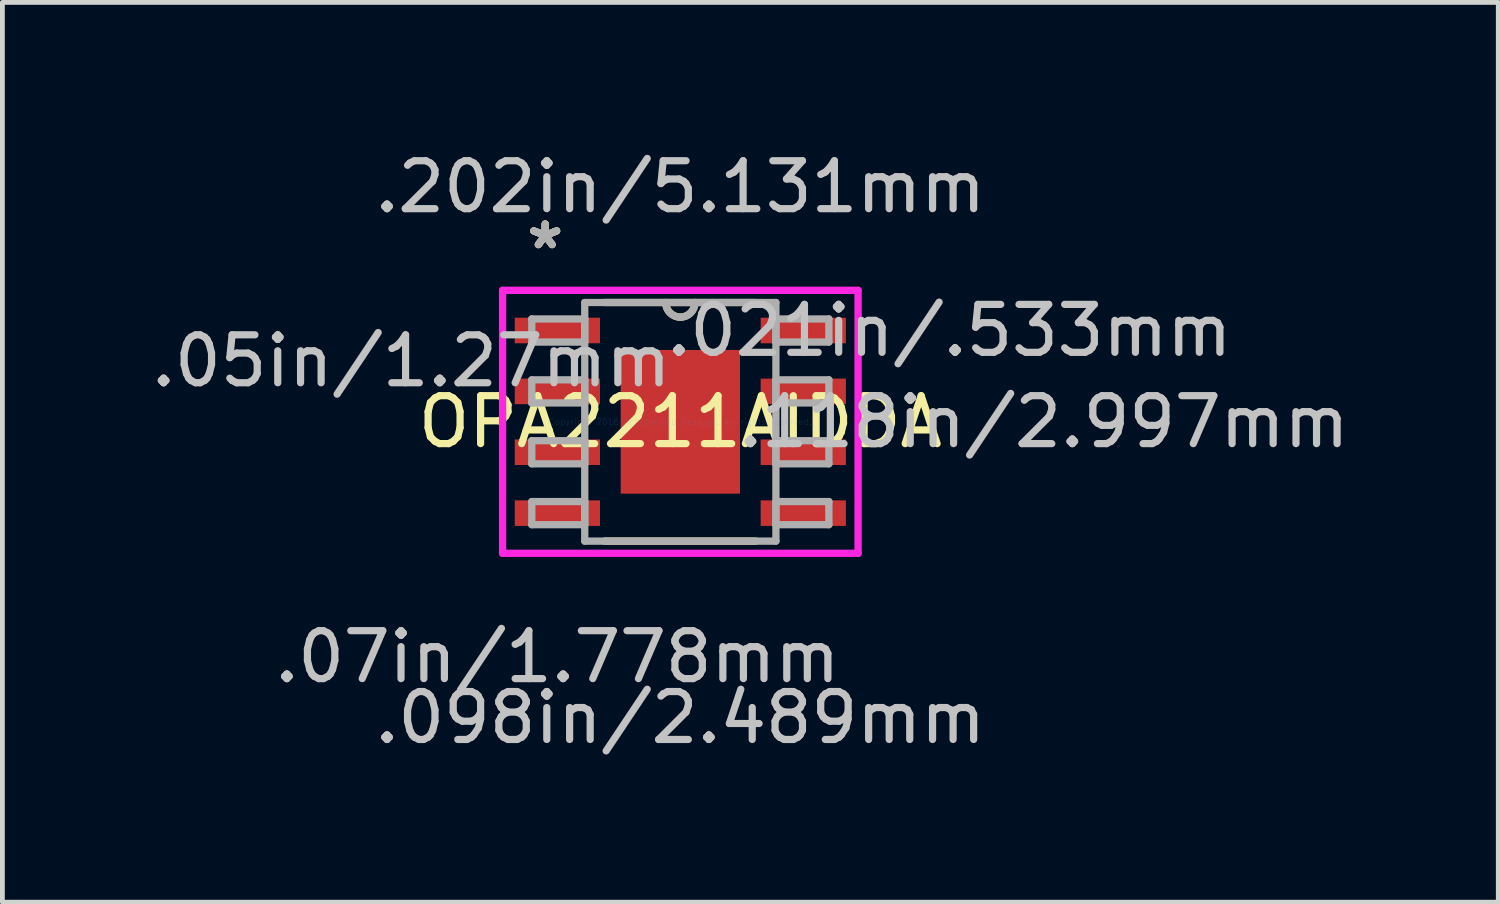
<source format=kicad_pcb>
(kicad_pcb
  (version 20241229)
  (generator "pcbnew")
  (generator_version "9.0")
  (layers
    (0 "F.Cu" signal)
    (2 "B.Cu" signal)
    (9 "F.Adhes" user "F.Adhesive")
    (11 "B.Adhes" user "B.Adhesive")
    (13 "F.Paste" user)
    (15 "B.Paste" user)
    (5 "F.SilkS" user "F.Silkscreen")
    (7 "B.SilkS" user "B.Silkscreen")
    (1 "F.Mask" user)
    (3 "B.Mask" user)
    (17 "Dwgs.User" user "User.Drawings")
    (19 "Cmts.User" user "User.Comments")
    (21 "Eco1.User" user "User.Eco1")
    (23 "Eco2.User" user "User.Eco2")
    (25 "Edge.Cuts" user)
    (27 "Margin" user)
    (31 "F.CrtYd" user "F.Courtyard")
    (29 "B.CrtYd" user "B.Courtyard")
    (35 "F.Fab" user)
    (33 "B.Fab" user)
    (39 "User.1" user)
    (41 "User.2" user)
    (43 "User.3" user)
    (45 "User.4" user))
  (footprint "OPA2211AIDDA"
    (layer "F.Cu")
    (at 11.143 5.75)
    (property "Reference" "OPA2211AIDDA" (at 0 0 0) (layer "F.SilkS") (effects (font (size 1 1) (thickness 0.15))))
    (attr through_hole)
    (fp_line (start -1.577 2.489) (end 1.577 2.489) (stroke (width 0.152) (type solid)) (layer "F.SilkS"))
    (fp_line (start 1.577 -2.489) (end -1.577 -2.489) (stroke (width 0.152) (type solid)) (layer "F.SilkS"))
    (fp_arc (start 0.3048 -2.4892) (mid 0 -2.1844) (end -0.3048 -2.4892) (stroke (width 0.1524) (type solid)) (layer "F.SilkS"))
    (fp_line (start -1.145 -1.399) (end -1.145 -0.1) (stroke (width 0.152) (type solid)) (layer "F.Paste"))
    (fp_line (start -1.145 -0.1) (end 1.145 -0.1) (stroke (width 0.152) (type solid)) (layer "F.Paste"))
    (fp_line (start -1.145 0.1) (end -1.145 1.399) (stroke (width 0.152) (type solid)) (layer "F.Paste"))
    (fp_line (start -1.145 1.399) (end 1.145 1.399) (stroke (width 0.152) (type solid)) (layer "F.Paste"))
    (fp_line (start 1.145 -1.399) (end -1.145 -1.399) (stroke (width 0.152) (type solid)) (layer "F.Paste"))
    (fp_line (start 1.145 -0.1) (end 1.145 -1.399) (stroke (width 0.152) (type solid)) (layer "F.Paste"))
    (fp_line (start 1.145 0.1) (end -1.145 0.1) (stroke (width 0.152) (type solid)) (layer "F.Paste"))
    (fp_line (start 1.145 1.399) (end 1.145 0.1) (stroke (width 0.152) (type solid)) (layer "F.Paste"))
    (fp_line (start -3.708 -2.743) (end 3.708 -2.743) (stroke (width 0.152) (type solid)) (layer "F.CrtYd"))
    (fp_line (start -3.708 2.743) (end -3.708 -2.743) (stroke (width 0.152) (type solid)) (layer "F.CrtYd"))
    (fp_line (start 3.708 -2.743) (end 3.708 2.743) (stroke (width 0.152) (type solid)) (layer "F.CrtYd"))
    (fp_line (start 3.708 2.743) (end -3.708 2.743) (stroke (width 0.152) (type solid)) (layer "F.CrtYd"))
    (fp_line (start -3.099 -2.146) (end -3.099 -1.664) (stroke (width 0.152) (type solid)) (layer "F.Fab"))
    (fp_line (start -3.099 -1.664) (end -1.994 -1.664) (stroke (width 0.152) (type solid)) (layer "F.Fab"))
    (fp_line (start -3.099 -0.876) (end -3.099 -0.394) (stroke (width 0.152) (type solid)) (layer "F.Fab"))
    (fp_line (start -3.099 -0.394) (end -1.994 -0.394) (stroke (width 0.152) (type solid)) (layer "F.Fab"))
    (fp_line (start -3.099 0.394) (end -3.099 0.876) (stroke (width 0.152) (type solid)) (layer "F.Fab"))
    (fp_line (start -3.099 0.876) (end -1.994 0.876) (stroke (width 0.152) (type solid)) (layer "F.Fab"))
    (fp_line (start -3.099 1.664) (end -3.099 2.146) (stroke (width 0.152) (type solid)) (layer "F.Fab"))
    (fp_line (start -3.099 2.146) (end -1.994 2.146) (stroke (width 0.152) (type solid)) (layer "F.Fab"))
    (fp_line (start -1.994 -2.489) (end -1.994 2.489) (stroke (width 0.152) (type solid)) (layer "F.Fab"))
    (fp_line (start -1.994 -2.146) (end -3.099 -2.146) (stroke (width 0.152) (type solid)) (layer "F.Fab"))
    (fp_line (start -1.994 -1.664) (end -1.994 -2.146) (stroke (width 0.152) (type solid)) (layer "F.Fab"))
    (fp_line (start -1.994 -0.876) (end -3.099 -0.876) (stroke (width 0.152) (type solid)) (layer "F.Fab"))
    (fp_line (start -1.994 -0.394) (end -1.994 -0.876) (stroke (width 0.152) (type solid)) (layer "F.Fab"))
    (fp_line (start -1.994 0.394) (end -3.099 0.394) (stroke (width 0.152) (type solid)) (layer "F.Fab"))
    (fp_line (start -1.994 0.876) (end -1.994 0.394) (stroke (width 0.152) (type solid)) (layer "F.Fab"))
    (fp_line (start -1.994 1.664) (end -3.099 1.664) (stroke (width 0.152) (type solid)) (layer "F.Fab"))
    (fp_line (start -1.994 2.146) (end -1.994 1.664) (stroke (width 0.152) (type solid)) (layer "F.Fab"))
    (fp_line (start -1.994 2.489) (end 1.994 2.489) (stroke (width 0.152) (type solid)) (layer "F.Fab"))
    (fp_line (start 1.994 -2.489) (end -1.994 -2.489) (stroke (width 0.152) (type solid)) (layer "F.Fab"))
    (fp_line (start 1.994 -2.146) (end 1.994 -1.664) (stroke (width 0.152) (type solid)) (layer "F.Fab"))
    (fp_line (start 1.994 -1.664) (end 3.099 -1.664) (stroke (width 0.152) (type solid)) (layer "F.Fab"))
    (fp_line (start 1.994 -0.876) (end 1.994 -0.394) (stroke (width 0.152) (type solid)) (layer "F.Fab"))
    (fp_line (start 1.994 -0.394) (end 3.099 -0.394) (stroke (width 0.152) (type solid)) (layer "F.Fab"))
    (fp_line (start 1.994 0.394) (end 1.994 0.876) (stroke (width 0.152) (type solid)) (layer "F.Fab"))
    (fp_line (start 1.994 0.876) (end 3.099 0.876) (stroke (width 0.152) (type solid)) (layer "F.Fab"))
    (fp_line (start 1.994 1.664) (end 1.994 2.146) (stroke (width 0.152) (type solid)) (layer "F.Fab"))
    (fp_line (start 1.994 2.146) (end 3.099 2.146) (stroke (width 0.152) (type solid)) (layer "F.Fab"))
    (fp_line (start 1.994 2.489) (end 1.994 -2.489) (stroke (width 0.152) (type solid)) (layer "F.Fab"))
    (fp_line (start 3.099 -2.146) (end 1.994 -2.146) (stroke (width 0.152) (type solid)) (layer "F.Fab"))
    (fp_line (start 3.099 -1.664) (end 3.099 -2.146) (stroke (width 0.152) (type solid)) (layer "F.Fab"))
    (fp_line (start 3.099 -0.876) (end 1.994 -0.876) (stroke (width 0.152) (type solid)) (layer "F.Fab"))
    (fp_line (start 3.099 -0.394) (end 3.099 -0.876) (stroke (width 0.152) (type solid)) (layer "F.Fab"))
    (fp_line (start 3.099 0.394) (end 1.994 0.394) (stroke (width 0.152) (type solid)) (layer "F.Fab"))
    (fp_line (start 3.099 0.876) (end 3.099 0.394) (stroke (width 0.152) (type solid)) (layer "F.Fab"))
    (fp_line (start 3.099 1.664) (end 1.994 1.664) (stroke (width 0.152) (type solid)) (layer "F.Fab"))
    (fp_line (start 3.099 2.146) (end 3.099 1.664) (stroke (width 0.152) (type solid)) (layer "F.Fab"))
    (fp_arc (start 0.3048 -2.4892) (mid 0 -2.1844) (end -0.3048 -2.4892) (stroke (width 0.1524) (type solid)) (layer "F.Fab"))
    (fp_text user "*" (at -2.819 -3.581 0) (layer "F.SilkS") (effects (font (size 1 1) (thickness 0.15))))
    (fp_text user "*" (at -2.819 -3.581 0) (layer "F.SilkS") (effects (font (size 1 1) (thickness 0.15))))
    (fp_text user ".021in/.533mm" (at 5.613 -1.905 0) (layer "Dwgs.User") (effects (font (size 1 1) (thickness 0.15))))
    (fp_text user ".098in/2.489mm" (at 0 6.172 0) (layer "Dwgs.User") (effects (font (size 1 1) (thickness 0.15))))
    (fp_text user ".202in/5.131mm" (at 0 -4.902 0) (layer "Dwgs.User") (effects (font (size 1 1) (thickness 0.15))))
    (fp_text user ".07in/1.778mm" (at -2.565 4.902 0) (layer "Dwgs.User") (effects (font (size 1 1) (thickness 0.15))))
    (fp_text user ".118in/2.997mm" (at 7.582 0 0) (layer "Dwgs.User") (effects (font (size 1 1) (thickness 0.15))))
    (fp_text user ".05in/1.27mm" (at -5.613 -1.27 0) (layer "Dwgs.User") (effects (font (size 1 1) (thickness 0.15))))
    (fp_text user "Copyright 2016 Accelerated Designs. All rights reserved." (at 0 0 0) (layer "Cmts.User") (effects (font (size 0.127 0.127) (thickness 0.002))))
    (fp_text user "*" (at -2.819 -3.581 0) (layer "F.Fab") (effects (font (size 1 1) (thickness 0.15))))
    (fp_text user "*" (at -2.819 -3.581 0) (layer "F.Fab") (effects (font (size 1 1) (thickness 0.15))))
    (pad "1" smd rect (at -2.565 -1.905) (size 1.778 0.533) (layers "F.Cu" "F.Mask" "F.Paste"))
    (pad "2" smd rect (at -2.565 -0.635) (size 1.778 0.533) (layers "F.Cu" "F.Mask" "F.Paste"))
    (pad "3" smd rect (at -2.565 0.635) (size 1.778 0.533) (layers "F.Cu" "F.Mask" "F.Paste"))
    (pad "4" smd rect (at -2.565 1.905) (size 1.778 0.533) (layers "F.Cu" "F.Mask" "F.Paste"))
    (pad "5" smd rect (at 2.565 1.905) (size 1.778 0.533) (layers "F.Cu" "F.Mask" "F.Paste"))
    (pad "6" smd rect (at 2.565 0.635) (size 1.778 0.533) (layers "F.Cu" "F.Mask" "F.Paste"))
    (pad "7" smd rect (at 2.565 -0.635) (size 1.778 0.533) (layers "F.Cu" "F.Mask" "F.Paste"))
    (pad "8" smd rect (at 2.565 -1.905) (size 1.778 0.533) (layers "F.Cu" "F.Mask" "F.Paste"))
    (pad "EPAD" smd rect (at 0 0) (size 2.489 2.997) (layers "F.Cu" "F.Mask" "F.Paste")))
  (gr_rect
    (start -3 -3)
    (end 28.207 15.771)
    (stroke (width 0.1) (type default))
    (fill no)
    (layer "Edge.Cuts")))
</source>
